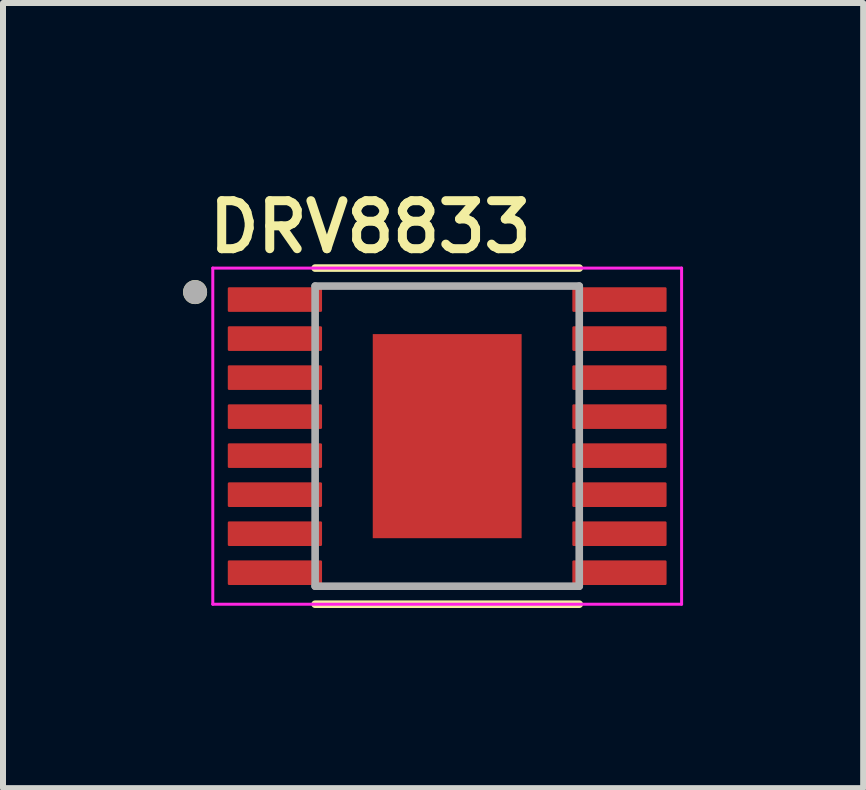
<source format=kicad_pcb>
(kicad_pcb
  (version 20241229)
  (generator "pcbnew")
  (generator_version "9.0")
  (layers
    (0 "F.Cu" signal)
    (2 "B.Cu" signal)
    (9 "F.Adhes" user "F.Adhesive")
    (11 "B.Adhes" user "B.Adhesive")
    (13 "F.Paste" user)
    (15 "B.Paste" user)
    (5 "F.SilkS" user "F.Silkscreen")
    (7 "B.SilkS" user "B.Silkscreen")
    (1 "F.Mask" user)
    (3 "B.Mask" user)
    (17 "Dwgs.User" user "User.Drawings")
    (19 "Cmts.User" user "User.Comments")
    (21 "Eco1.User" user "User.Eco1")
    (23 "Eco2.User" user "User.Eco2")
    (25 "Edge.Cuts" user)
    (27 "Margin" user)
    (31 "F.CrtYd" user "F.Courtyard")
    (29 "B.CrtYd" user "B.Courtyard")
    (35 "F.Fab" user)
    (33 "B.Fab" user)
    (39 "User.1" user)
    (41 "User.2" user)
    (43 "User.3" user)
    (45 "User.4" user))
  (footprint "DRV8833"
    (layer "F.Cu")
    (at 4.4 4.216)
    (property "Reference" "DRV8833" (at -1.28 -3.485 0) (layer "F.SilkS") (effects (font (size 0.8 0.8) (thickness 0.15))))
    (attr smd)
    (fp_line (start -2.2 -2.8) (end 2.2 -2.8) (stroke (width 0.127) (type solid)) (layer "F.SilkS"))
    (fp_line (start -2.2 2.8) (end 2.2 2.8) (stroke (width 0.127) (type solid)) (layer "F.SilkS"))
    (fp_circle (center -4.2 -2.4) (end -4.1 -2.4) (stroke (width 0.2) (type solid)) (fill no) (layer "F.SilkS"))
    (fp_poly (pts (xy -0.8 -1.075) (xy 0.8 -1.075) (xy 0.8 1.075) (xy -0.8 1.075)) (stroke (width 0.01) (type solid)) (fill yes) (layer "F.Paste"))
    (fp_line (start -3.905 -2.8) (end -3.905 2.8) (stroke (width 0.05) (type solid)) (layer "F.CrtYd"))
    (fp_line (start -3.905 -2.8) (end 3.905 -2.8) (stroke (width 0.05) (type solid)) (layer "F.CrtYd"))
    (fp_line (start -3.905 2.8) (end 3.905 2.8) (stroke (width 0.05) (type solid)) (layer "F.CrtYd"))
    (fp_line (start 3.905 -2.8) (end 3.905 2.8) (stroke (width 0.05) (type solid)) (layer "F.CrtYd"))
    (fp_line (start -2.2 -2.5) (end -2.2 2.5) (stroke (width 0.127) (type solid)) (layer "F.Fab"))
    (fp_line (start -2.2 -2.5) (end 2.2 -2.5) (stroke (width 0.127) (type solid)) (layer "F.Fab"))
    (fp_line (start -2.2 2.5) (end 2.2 2.5) (stroke (width 0.127) (type solid)) (layer "F.Fab"))
    (fp_line (start 2.2 -2.5) (end 2.2 2.5) (stroke (width 0.127) (type solid)) (layer "F.Fab"))
    (fp_circle (center -4.2 -2.4) (end -4.1 -2.4) (stroke (width 0.2) (type solid)) (fill no) (layer "F.Fab"))
    (pad "1" smd roundrect (at -2.87 -2.275) (size 1.57 0.41) (layers "F.Cu" "F.Mask" "F.Paste") (roundrect_rratio 0.05))
    (pad "2" smd roundrect (at -2.87 -1.625) (size 1.57 0.41) (layers "F.Cu" "F.Mask" "F.Paste") (roundrect_rratio 0.05))
    (pad "3" smd roundrect (at -2.87 -0.975) (size 1.57 0.41) (layers "F.Cu" "F.Mask" "F.Paste") (roundrect_rratio 0.05))
    (pad "4" smd roundrect (at -2.87 -0.325) (size 1.57 0.41) (layers "F.Cu" "F.Mask" "F.Paste") (roundrect_rratio 0.05))
    (pad "5" smd roundrect (at -2.87 0.325) (size 1.57 0.41) (layers "F.Cu" "F.Mask" "F.Paste") (roundrect_rratio 0.05))
    (pad "6" smd roundrect (at -2.87 0.975) (size 1.57 0.41) (layers "F.Cu" "F.Mask" "F.Paste") (roundrect_rratio 0.05))
    (pad "7" smd roundrect (at -2.87 1.625) (size 1.57 0.41) (layers "F.Cu" "F.Mask" "F.Paste") (roundrect_rratio 0.05))
    (pad "8" smd roundrect (at -2.87 2.275) (size 1.57 0.41) (layers "F.Cu" "F.Mask" "F.Paste") (roundrect_rratio 0.05))
    (pad "9" smd roundrect (at 2.87 2.275) (size 1.57 0.41) (layers "F.Cu" "F.Mask" "F.Paste") (roundrect_rratio 0.05))
    (pad "10" smd roundrect (at 2.87 1.625) (size 1.57 0.41) (layers "F.Cu" "F.Mask" "F.Paste") (roundrect_rratio 0.05))
    (pad "11" smd roundrect (at 2.87 0.975) (size 1.57 0.41) (layers "F.Cu" "F.Mask" "F.Paste") (roundrect_rratio 0.05))
    (pad "12" smd roundrect (at 2.87 0.325) (size 1.57 0.41) (layers "F.Cu" "F.Mask" "F.Paste") (roundrect_rratio 0.05))
    (pad "13" smd roundrect (at 2.87 -0.325) (size 1.57 0.41) (layers "F.Cu" "F.Mask" "F.Paste") (roundrect_rratio 0.05))
    (pad "14" smd roundrect (at 2.87 -0.975) (size 1.57 0.41) (layers "F.Cu" "F.Mask" "F.Paste") (roundrect_rratio 0.05))
    (pad "15" smd roundrect (at 2.87 -1.625) (size 1.57 0.41) (layers "F.Cu" "F.Mask" "F.Paste") (roundrect_rratio 0.05))
    (pad "16" smd roundrect (at 2.87 -2.275) (size 1.57 0.41) (layers "F.Cu" "F.Mask" "F.Paste") (roundrect_rratio 0.05))
    (pad "17" smd rect (at 0 0) (size 2.48 3.4) (layers "F.Cu" "F.Mask")))
  (gr_rect
    (start -3 -3)
    (end 11.33 10.08)
    (stroke (width 0.1) (type default))
    (fill no)
    (layer "Edge.Cuts")))
</source>
